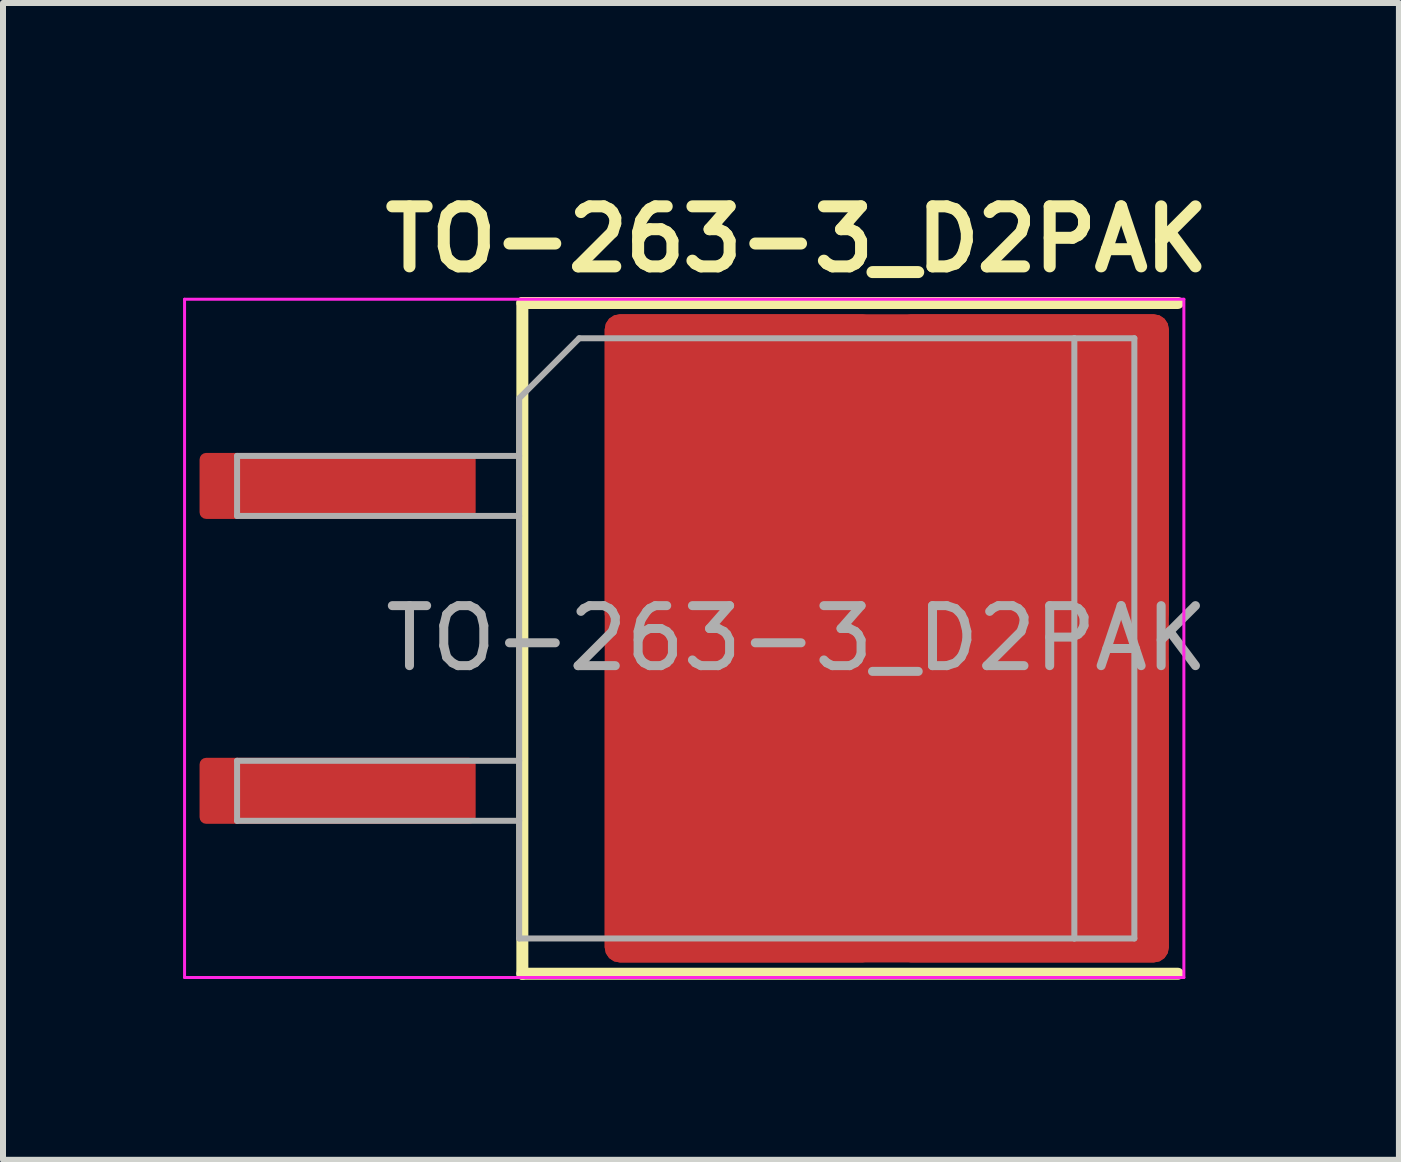
<source format=kicad_pcb>
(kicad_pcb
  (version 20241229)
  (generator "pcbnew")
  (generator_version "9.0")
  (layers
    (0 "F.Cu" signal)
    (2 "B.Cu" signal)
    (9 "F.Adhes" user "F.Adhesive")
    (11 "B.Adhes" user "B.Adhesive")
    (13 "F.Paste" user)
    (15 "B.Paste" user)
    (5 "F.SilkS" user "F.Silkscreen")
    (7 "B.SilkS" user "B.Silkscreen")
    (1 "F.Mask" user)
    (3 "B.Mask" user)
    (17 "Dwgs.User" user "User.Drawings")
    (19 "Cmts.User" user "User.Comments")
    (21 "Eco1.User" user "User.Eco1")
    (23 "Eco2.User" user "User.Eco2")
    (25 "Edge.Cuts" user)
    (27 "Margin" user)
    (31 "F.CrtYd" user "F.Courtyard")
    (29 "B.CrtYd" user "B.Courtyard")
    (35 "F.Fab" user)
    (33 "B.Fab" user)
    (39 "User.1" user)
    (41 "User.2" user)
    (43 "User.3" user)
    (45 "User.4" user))
  (footprint "TO-263-3_D2PAK"
    (layer "F.Cu")
    (at 10.225 7.586)
    (property "Reference" "TO-263-3_D2PAK" (at 0 -6.65 0) (layer "F.SilkS") (effects (font (size 1 1) (thickness 0.2) (bold yes))))
    (attr smd)
    (fp_line (start -4.572 -5.588) (end -4.572 5.588) (stroke (width 0.2) (type solid)) (layer "F.SilkS"))
    (fp_line (start -4.572 5.588) (end 6.35 5.588) (stroke (width 0.2) (type solid)) (layer "F.SilkS"))
    (fp_line (start 6.35 -5.588) (end -4.572 -5.588) (stroke (width 0.2) (type solid)) (layer "F.SilkS"))
    (fp_line (start -10.2 -5.65) (end -10.2 5.65) (stroke (width 0.05) (type solid)) (layer "F.CrtYd"))
    (fp_line (start -10.2 5.65) (end 6.45 5.65) (stroke (width 0.05) (type solid)) (layer "F.CrtYd"))
    (fp_line (start 6.45 -5.65) (end -10.2 -5.65) (stroke (width 0.05) (type solid)) (layer "F.CrtYd"))
    (fp_line (start 6.45 5.65) (end 6.45 -5.65) (stroke (width 0.05) (type solid)) (layer "F.CrtYd"))
    (fp_line (start -9.325 -3.04) (end -9.325 -2.04) (stroke (width 0.1) (type solid)) (layer "F.Fab"))
    (fp_line (start -9.325 -2.04) (end -4.625 -2.04) (stroke (width 0.1) (type solid)) (layer "F.Fab"))
    (fp_line (start -9.325 2.04) (end -9.325 3.04) (stroke (width 0.1) (type solid)) (layer "F.Fab"))
    (fp_line (start -9.325 3.04) (end -4.625 3.04) (stroke (width 0.1) (type solid)) (layer "F.Fab"))
    (fp_line (start -4.625 -4) (end -3.625 -5) (stroke (width 0.1) (type solid)) (layer "F.Fab"))
    (fp_line (start -4.625 -3.04) (end -9.325 -3.04) (stroke (width 0.1) (type solid)) (layer "F.Fab"))
    (fp_line (start -4.625 2.04) (end -9.325 2.04) (stroke (width 0.1) (type solid)) (layer "F.Fab"))
    (fp_line (start -4.625 5) (end -4.625 -4) (stroke (width 0.1) (type solid)) (layer "F.Fab"))
    (fp_line (start -3.625 -5) (end 4.625 -5) (stroke (width 0.1) (type solid)) (layer "F.Fab"))
    (fp_line (start 4.625 -5) (end 4.625 5) (stroke (width 0.1) (type solid)) (layer "F.Fab"))
    (fp_line (start 4.625 -5) (end 5.625 -5) (stroke (width 0.1) (type solid)) (layer "F.Fab"))
    (fp_line (start 4.625 5) (end -4.625 5) (stroke (width 0.1) (type solid)) (layer "F.Fab"))
    (fp_line (start 5.625 -5) (end 5.625 5) (stroke (width 0.1) (type solid)) (layer "F.Fab"))
    (fp_line (start 5.625 5) (end 4.625 5) (stroke (width 0.1) (type solid)) (layer "F.Fab"))
    (fp_text user "${REFERENCE}" (at 0 0 0) (layer "F.Fab") (effects (font (size 1 1) (thickness 0.15))))
    (pad "1" smd roundrect (at -7.65 -2.54) (size 4.6 1.1) (layers "F.Cu" "F.Mask" "F.Paste") (roundrect_rratio 0.1))
    (pad "2" smd roundrect (at -0.925 -2.775) (size 4.55 5.25) (layers "F.Cu" "F.Paste") (roundrect_rratio 0.055))
    (pad "2" smd roundrect (at -0.925 2.775) (size 4.55 5.25) (layers "F.Cu" "F.Paste") (roundrect_rratio 0.055))
    (pad "2" smd roundrect (at 1.5 0) (size 9.4 10.8) (layers "F.Cu" "F.Mask") (roundrect_rratio 0.027))
    (pad "2" smd roundrect (at 3.925 -2.775) (size 4.55 5.25) (layers "F.Cu" "F.Paste") (roundrect_rratio 0.055))
    (pad "2" smd roundrect (at 3.925 2.775) (size 4.55 5.25) (layers "F.Cu" "F.Paste") (roundrect_rratio 0.055))
    (pad "3" smd roundrect (at -7.65 2.54) (size 4.6 1.1) (layers "F.Cu" "F.Mask" "F.Paste") (roundrect_rratio 0.1)))
  (gr_rect
    (start -3 -3)
    (end 20.258 16.274)
    (stroke (width 0.1) (type default))
    (fill no)
    (layer "Edge.Cuts")))
</source>
